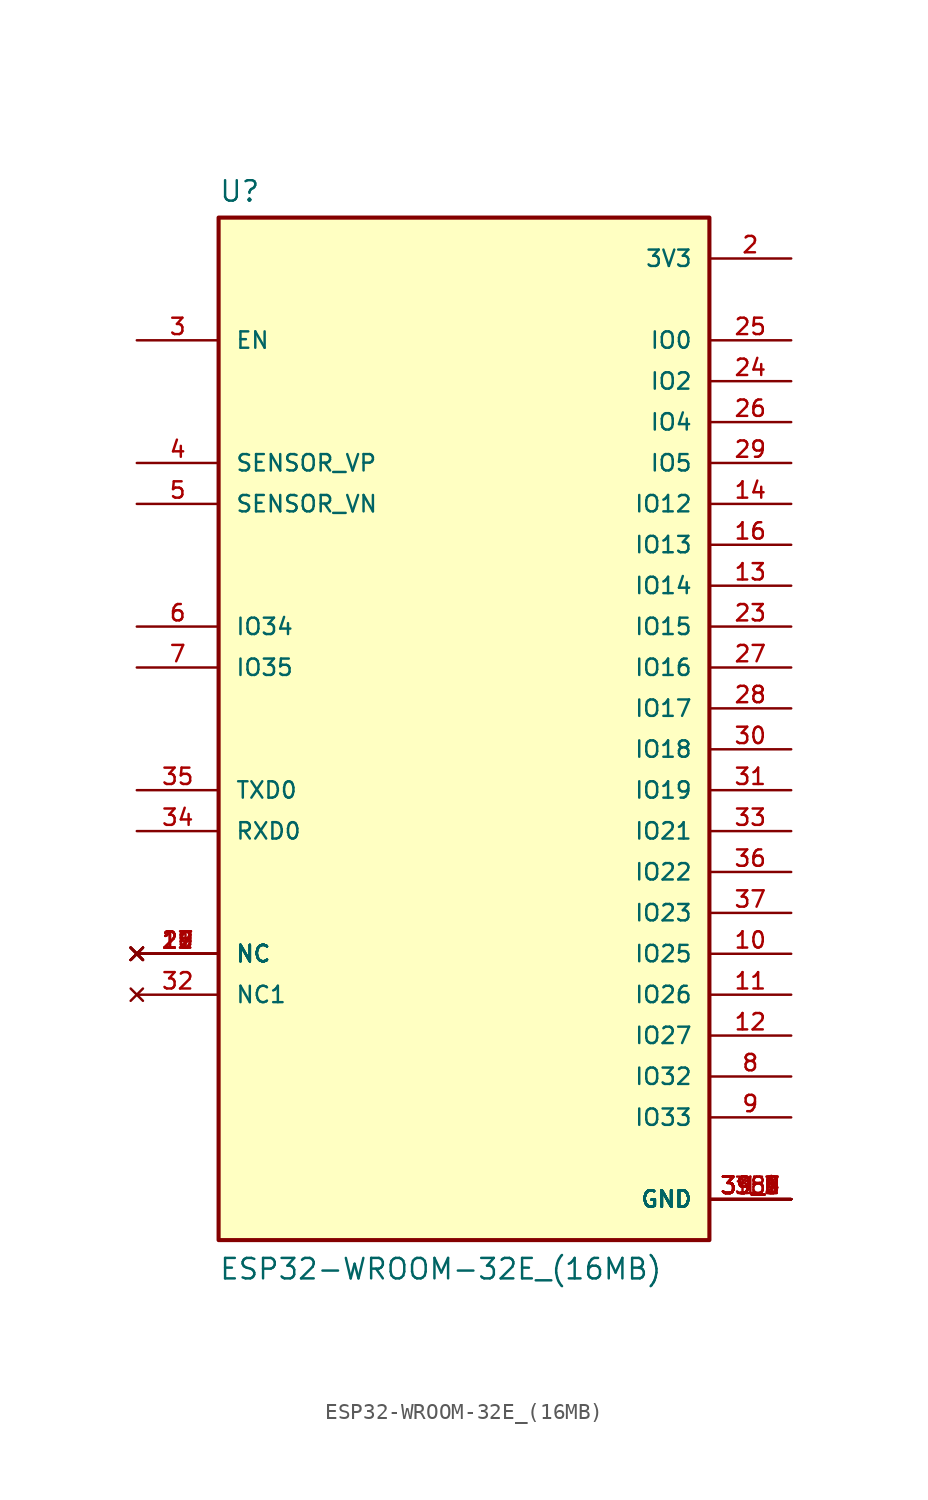
<source format=kicad_sym>
(kicad_symbol_lib
  (version 20211014)
  (generator kicad_symbol_editor)
  (symbol "ESP32-WROOM-32E_(16MB)"
    (pin_names
      (offset 1.016))
    (property "Reference" "U"
      (at -15.24 33.909 0)
      (effects (font (size 1.27 1.27)) (justify left bottom)))
    (property "Value" "ESP32-WROOM-32E_(16MB)"
      (at -15.24 -33.02 0)
      (effects (font (size 1.27 1.27)) (justify left bottom)))
    (symbol "ESP32-WROOM-32E_(16MB)_0_0"
      (rectangle (start -15.24 -30.48) (end 15.24 33.02) (stroke (width 0.254) (type default) (color 0 0 0 0)) (fill (type background)))
      (pin power_in line (at 20.32 -27.94 180) (length 5.08) (name "GND" (effects (font (size 1.016 1.016)))) (number "1" (effects (font (size 1.016 1.016)))))
      (pin bidirectional line (at 20.32 -12.7 180) (length 5.08) (name "IO25" (effects (font (size 1.016 1.016)))) (number "10" (effects (font (size 1.016 1.016)))))
      (pin bidirectional line (at 20.32 -15.24 180) (length 5.08) (name "IO26" (effects (font (size 1.016 1.016)))) (number "11" (effects (font (size 1.016 1.016)))))
      (pin bidirectional line (at 20.32 -17.78 180) (length 5.08) (name "IO27" (effects (font (size 1.016 1.016)))) (number "12" (effects (font (size 1.016 1.016)))))
      (pin bidirectional line (at 20.32 10.16 180) (length 5.08) (name "IO14" (effects (font (size 1.016 1.016)))) (number "13" (effects (font (size 1.016 1.016)))))
      (pin bidirectional line (at 20.32 15.24 180) (length 5.08) (name "IO12" (effects (font (size 1.016 1.016)))) (number "14" (effects (font (size 1.016 1.016)))))
      (pin power_in line (at 20.32 -27.94 180) (length 5.08) (name "GND" (effects (font (size 1.016 1.016)))) (number "15" (effects (font (size 1.016 1.016)))))
      (pin bidirectional line (at 20.32 12.7 180) (length 5.08) (name "IO13" (effects (font (size 1.016 1.016)))) (number "16" (effects (font (size 1.016 1.016)))))
      (pin no_connect line (at -20.32 -12.7 0) (length 5.08) (name "NC" (effects (font (size 1.016 1.016)))) (number "17" (effects (font (size 1.016 1.016)))))
      (pin no_connect line (at -20.32 -12.7 0) (length 5.08) (name "NC" (effects (font (size 1.016 1.016)))) (number "18" (effects (font (size 1.016 1.016)))))
      (pin no_connect line (at -20.32 -12.7 0) (length 5.08) (name "NC" (effects (font (size 1.016 1.016)))) (number "19" (effects (font (size 1.016 1.016)))))
      (pin power_in line (at 20.32 30.48 180) (length 5.08) (name "3V3" (effects (font (size 1.016 1.016)))) (number "2" (effects (font (size 1.016 1.016)))))
      (pin no_connect line (at -20.32 -12.7 0) (length 5.08) (name "NC" (effects (font (size 1.016 1.016)))) (number "20" (effects (font (size 1.016 1.016)))))
      (pin no_connect line (at -20.32 -12.7 0) (length 5.08) (name "NC" (effects (font (size 1.016 1.016)))) (number "21" (effects (font (size 1.016 1.016)))))
      (pin no_connect line (at -20.32 -12.7 0) (length 5.08) (name "NC" (effects (font (size 1.016 1.016)))) (number "22" (effects (font (size 1.016 1.016)))))
      (pin bidirectional line (at 20.32 7.62 180) (length 5.08) (name "IO15" (effects (font (size 1.016 1.016)))) (number "23" (effects (font (size 1.016 1.016)))))
      (pin bidirectional line (at 20.32 22.86 180) (length 5.08) (name "IO2" (effects (font (size 1.016 1.016)))) (number "24" (effects (font (size 1.016 1.016)))))
      (pin bidirectional line (at 20.32 25.4 180) (length 5.08) (name "IO0" (effects (font (size 1.016 1.016)))) (number "25" (effects (font (size 1.016 1.016)))))
      (pin bidirectional line (at 20.32 20.32 180) (length 5.08) (name "IO4" (effects (font (size 1.016 1.016)))) (number "26" (effects (font (size 1.016 1.016)))))
      (pin bidirectional line (at 20.32 5.08 180) (length 5.08) (name "IO16" (effects (font (size 1.016 1.016)))) (number "27" (effects (font (size 1.016 1.016)))))
      (pin bidirectional line (at 20.32 2.54 180) (length 5.08) (name "IO17" (effects (font (size 1.016 1.016)))) (number "28" (effects (font (size 1.016 1.016)))))
      (pin bidirectional line (at 20.32 17.78 180) (length 5.08) (name "IO5" (effects (font (size 1.016 1.016)))) (number "29" (effects (font (size 1.016 1.016)))))
      (pin input line (at -20.32 25.4 0) (length 5.08) (name "EN" (effects (font (size 1.016 1.016)))) (number "3" (effects (font (size 1.016 1.016)))))
      (pin bidirectional line (at 20.32 0 180) (length 5.08) (name "IO18" (effects (font (size 1.016 1.016)))) (number "30" (effects (font (size 1.016 1.016)))))
      (pin bidirectional line (at 20.32 -2.54 180) (length 5.08) (name "IO19" (effects (font (size 1.016 1.016)))) (number "31" (effects (font (size 1.016 1.016)))))
      (pin no_connect line (at -20.32 -15.24 0) (length 5.08) (name "NC1" (effects (font (size 1.016 1.016)))) (number "32" (effects (font (size 1.016 1.016)))))
      (pin bidirectional line (at 20.32 -5.08 180) (length 5.08) (name "IO21" (effects (font (size 1.016 1.016)))) (number "33" (effects (font (size 1.016 1.016)))))
      (pin bidirectional line (at -20.32 -5.08 0) (length 5.08) (name "RXD0" (effects (font (size 1.016 1.016)))) (number "34" (effects (font (size 1.016 1.016)))))
      (pin bidirectional line (at -20.32 -2.54 0) (length 5.08) (name "TXD0" (effects (font (size 1.016 1.016)))) (number "35" (effects (font (size 1.016 1.016)))))
      (pin bidirectional line (at 20.32 -7.62 180) (length 5.08) (name "IO22" (effects (font (size 1.016 1.016)))) (number "36" (effects (font (size 1.016 1.016)))))
      (pin bidirectional line (at 20.32 -10.16 180) (length 5.08) (name "IO23" (effects (font (size 1.016 1.016)))) (number "37" (effects (font (size 1.016 1.016)))))
      (pin power_in line (at 20.32 -27.94 180) (length 5.08) (name "GND" (effects (font (size 1.016 1.016)))) (number "38" (effects (font (size 1.016 1.016)))))
      (pin power_in line (at 20.32 -27.94 180) (length 5.08) (name "GND" (effects (font (size 1.016 1.016)))) (number "39_1" (effects (font (size 1.016 1.016)))))
      (pin power_in line (at 20.32 -27.94 180) (length 5.08) (name "GND" (effects (font (size 1.016 1.016)))) (number "39_2" (effects (font (size 1.016 1.016)))))
      (pin power_in line (at 20.32 -27.94 180) (length 5.08) (name "GND" (effects (font (size 1.016 1.016)))) (number "39_3" (effects (font (size 1.016 1.016)))))
      (pin power_in line (at 20.32 -27.94 180) (length 5.08) (name "GND" (effects (font (size 1.016 1.016)))) (number "39_4" (effects (font (size 1.016 1.016)))))
      (pin power_in line (at 20.32 -27.94 180) (length 5.08) (name "GND" (effects (font (size 1.016 1.016)))) (number "39_5" (effects (font (size 1.016 1.016)))))
      (pin power_in line (at 20.32 -27.94 180) (length 5.08) (name "GND" (effects (font (size 1.016 1.016)))) (number "39_6" (effects (font (size 1.016 1.016)))))
      (pin power_in line (at 20.32 -27.94 180) (length 5.08) (name "GND" (effects (font (size 1.016 1.016)))) (number "39_7" (effects (font (size 1.016 1.016)))))
      (pin power_in line (at 20.32 -27.94 180) (length 5.08) (name "GND" (effects (font (size 1.016 1.016)))) (number "39_8" (effects (font (size 1.016 1.016)))))
      (pin power_in line (at 20.32 -27.94 180) (length 5.08) (name "GND" (effects (font (size 1.016 1.016)))) (number "39_9" (effects (font (size 1.016 1.016)))))
      (pin input line (at -20.32 17.78 0) (length 5.08) (name "SENSOR_VP" (effects (font (size 1.016 1.016)))) (number "4" (effects (font (size 1.016 1.016)))))
      (pin input line (at -20.32 15.24 0) (length 5.08) (name "SENSOR_VN" (effects (font (size 1.016 1.016)))) (number "5" (effects (font (size 1.016 1.016)))))
      (pin input line (at -20.32 7.62 0) (length 5.08) (name "IO34" (effects (font (size 1.016 1.016)))) (number "6" (effects (font (size 1.016 1.016)))))
      (pin input line (at -20.32 5.08 0) (length 5.08) (name "IO35" (effects (font (size 1.016 1.016)))) (number "7" (effects (font (size 1.016 1.016)))))
      (pin bidirectional line (at 20.32 -20.32 180) (length 5.08) (name "IO32" (effects (font (size 1.016 1.016)))) (number "8" (effects (font (size 1.016 1.016)))))
      (pin bidirectional line (at 20.32 -22.86 180) (length 5.08) (name "IO33" (effects (font (size 1.016 1.016)))) (number "9" (effects (font (size 1.016 1.016))))))))
</source>
